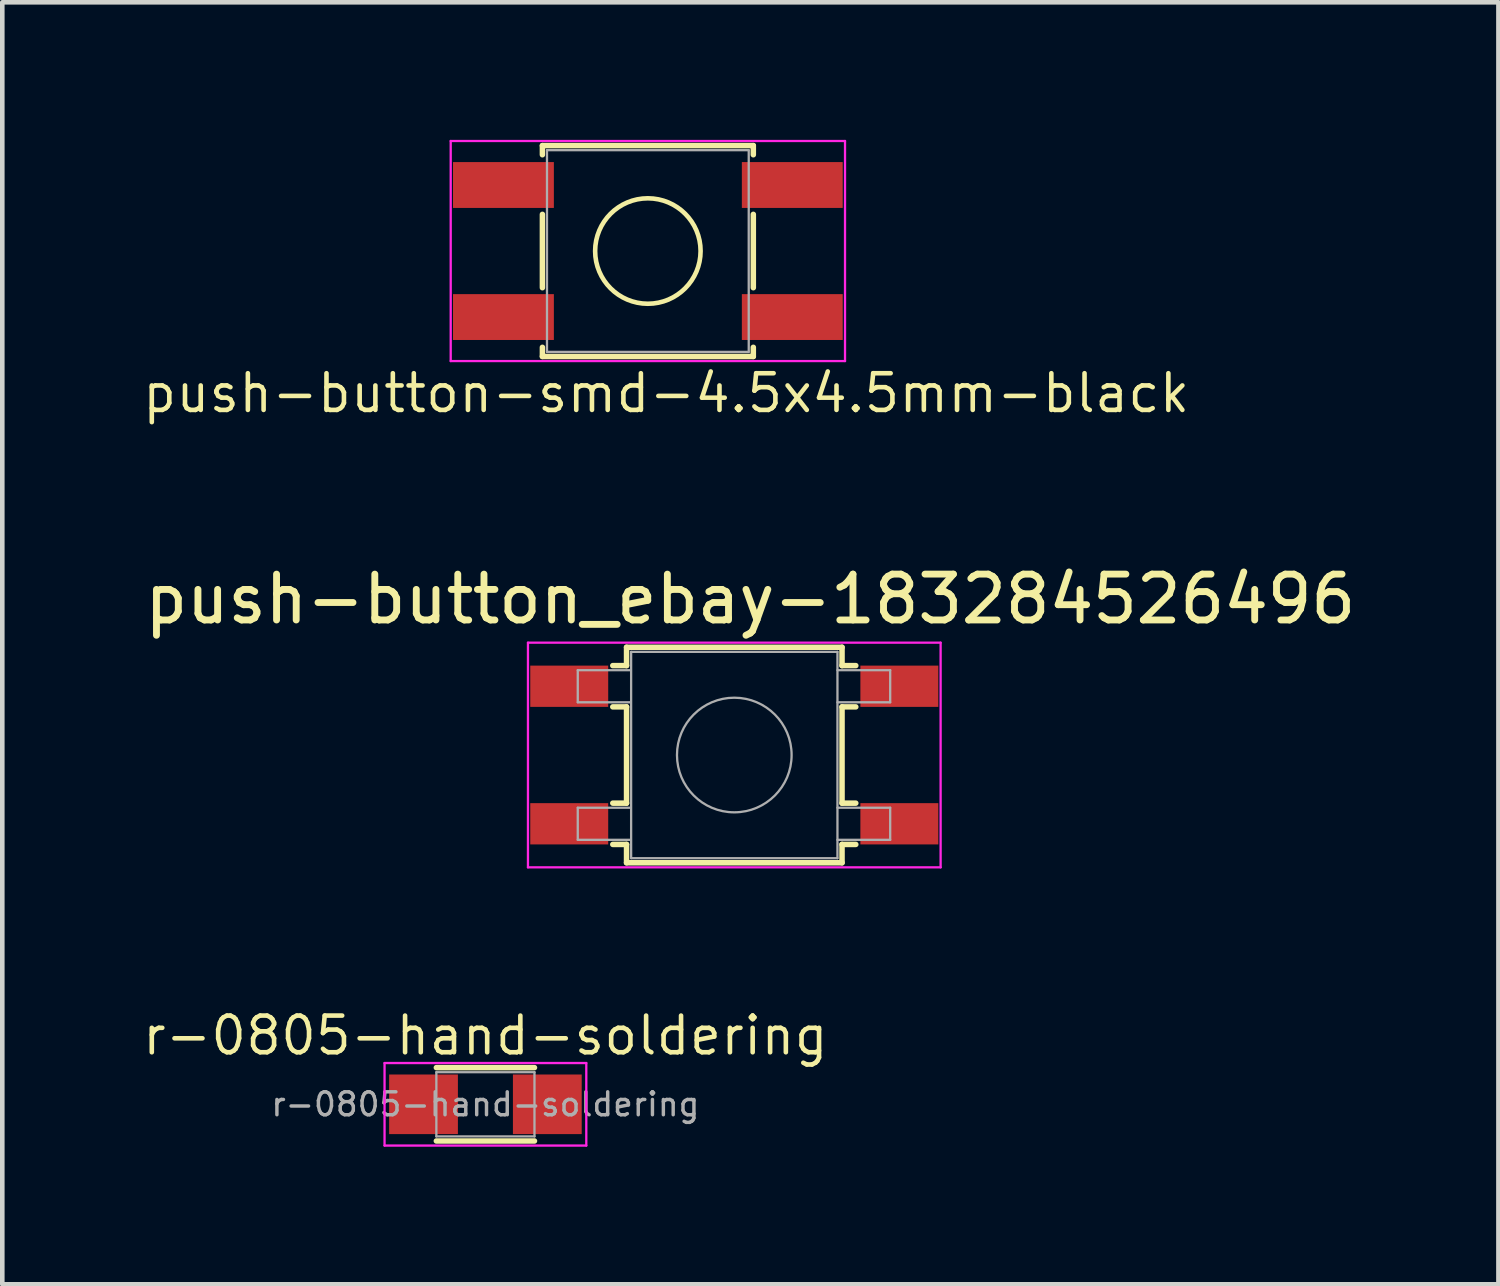
<source format=kicad_pcb>
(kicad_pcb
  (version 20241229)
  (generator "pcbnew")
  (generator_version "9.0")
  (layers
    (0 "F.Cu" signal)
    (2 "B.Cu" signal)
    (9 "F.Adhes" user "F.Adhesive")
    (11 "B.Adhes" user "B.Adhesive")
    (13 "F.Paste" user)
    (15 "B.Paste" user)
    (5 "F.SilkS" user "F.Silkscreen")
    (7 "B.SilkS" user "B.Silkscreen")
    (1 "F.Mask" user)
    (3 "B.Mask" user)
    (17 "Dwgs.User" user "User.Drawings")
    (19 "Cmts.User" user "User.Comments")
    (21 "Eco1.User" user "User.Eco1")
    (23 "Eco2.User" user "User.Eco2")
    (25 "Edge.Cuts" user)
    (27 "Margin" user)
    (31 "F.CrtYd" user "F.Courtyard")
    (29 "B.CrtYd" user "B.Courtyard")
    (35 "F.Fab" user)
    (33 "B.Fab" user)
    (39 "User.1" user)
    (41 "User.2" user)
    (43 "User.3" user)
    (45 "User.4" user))
  (footprint "push-button_ebay-183284526496"
    (layer "F.Cu")
    (at 12.965 13.417)
    (property "Reference" "push-button_ebay-183284526496" (at 0.35 -3.4 0) (layer "F.SilkS") (effects (font (size 1 1) (thickness 0.15))))
    (attr smd)
    (fp_line (start -2.65 -1.95) (end -2.35 -1.95) (stroke (width 0.12) (type solid)) (layer "F.SilkS"))
    (fp_line (start -2.65 -1.05) (end -2.35 -1.05) (stroke (width 0.12) (type solid)) (layer "F.SilkS"))
    (fp_line (start -2.65 1.05) (end -2.35 1.05) (stroke (width 0.12) (type solid)) (layer "F.SilkS"))
    (fp_line (start -2.65 1.95) (end -2.35 1.95) (stroke (width 0.12) (type solid)) (layer "F.SilkS"))
    (fp_line (start -2.35 -2.35) (end -2.35 -1.95) (stroke (width 0.12) (type solid)) (layer "F.SilkS"))
    (fp_line (start -2.35 -2.35) (end 2.35 -2.35) (stroke (width 0.12) (type solid)) (layer "F.SilkS"))
    (fp_line (start -2.35 -1.05) (end -2.35 1.05) (stroke (width 0.12) (type solid)) (layer "F.SilkS"))
    (fp_line (start -2.35 1.95) (end -2.35 2.35) (stroke (width 0.12) (type solid)) (layer "F.SilkS"))
    (fp_line (start -2.35 2.35) (end 2.35 2.35) (stroke (width 0.12) (type solid)) (layer "F.SilkS"))
    (fp_line (start 2.35 -2.35) (end 2.35 -1.95) (stroke (width 0.12) (type solid)) (layer "F.SilkS"))
    (fp_line (start 2.35 -1.95) (end 2.65 -1.95) (stroke (width 0.12) (type solid)) (layer "F.SilkS"))
    (fp_line (start 2.35 -1.05) (end 2.35 1.05) (stroke (width 0.12) (type solid)) (layer "F.SilkS"))
    (fp_line (start 2.35 -1.05) (end 2.65 -1.05) (stroke (width 0.12) (type solid)) (layer "F.SilkS"))
    (fp_line (start 2.35 1.05) (end 2.65 1.05) (stroke (width 0.12) (type solid)) (layer "F.SilkS"))
    (fp_line (start 2.35 1.95) (end 2.35 2.35) (stroke (width 0.12) (type solid)) (layer "F.SilkS"))
    (fp_line (start 2.35 1.95) (end 2.65 1.95) (stroke (width 0.12) (type solid)) (layer "F.SilkS"))
    (fp_line (start -4.5 -2.45) (end -4.5 2.45) (stroke (width 0.05) (type solid)) (layer "F.CrtYd"))
    (fp_line (start -4.5 -2.45) (end 4.5 -2.45) (stroke (width 0.05) (type solid)) (layer "F.CrtYd"))
    (fp_line (start -4.5 2.45) (end 4.5 2.45) (stroke (width 0.05) (type solid)) (layer "F.CrtYd"))
    (fp_line (start 4.5 -2.45) (end 4.5 2.45) (stroke (width 0.05) (type solid)) (layer "F.CrtYd"))
    (fp_line (start -3.414 -1.85) (end -3.414 -1.15) (stroke (width 0.05) (type solid)) (layer "F.Fab"))
    (fp_line (start -3.414 -1.15) (end -2.264 -1.15) (stroke (width 0.05) (type solid)) (layer "F.Fab"))
    (fp_line (start -3.414 1.15) (end -3.414 1.85) (stroke (width 0.05) (type solid)) (layer "F.Fab"))
    (fp_line (start -3.414 1.85) (end -2.264 1.85) (stroke (width 0.05) (type solid)) (layer "F.Fab"))
    (fp_line (start -2.264 -1.85) (end -3.414 -1.85) (stroke (width 0.05) (type solid)) (layer "F.Fab"))
    (fp_line (start -2.264 1.15) (end -3.414 1.15) (stroke (width 0.05) (type solid)) (layer "F.Fab"))
    (fp_line (start -2.25 -2.25) (end -2.25 2.25) (stroke (width 0.05) (type solid)) (layer "F.Fab"))
    (fp_line (start -2.25 2.25) (end 2.25 2.25) (stroke (width 0.05) (type solid)) (layer "F.Fab"))
    (fp_line (start 2.25 -2.25) (end -2.25 -2.25) (stroke (width 0.05) (type solid)) (layer "F.Fab"))
    (fp_line (start 2.25 -1.85) (end 3.4 -1.85) (stroke (width 0.05) (type solid)) (layer "F.Fab"))
    (fp_line (start 2.25 1.15) (end 3.4 1.15) (stroke (width 0.05) (type solid)) (layer "F.Fab"))
    (fp_line (start 2.25 2.25) (end 2.25 -2.25) (stroke (width 0.05) (type solid)) (layer "F.Fab"))
    (fp_line (start 3.4 -1.85) (end 3.4 -1.15) (stroke (width 0.05) (type solid)) (layer "F.Fab"))
    (fp_line (start 3.4 -1.15) (end 2.25 -1.15) (stroke (width 0.05) (type solid)) (layer "F.Fab"))
    (fp_line (start 3.4 1.15) (end 3.4 1.85) (stroke (width 0.05) (type solid)) (layer "F.Fab"))
    (fp_line (start 3.4 1.85) (end 2.25 1.85) (stroke (width 0.05) (type solid)) (layer "F.Fab"))
    (fp_circle (center 0 0) (end 1.25 0) (stroke (width 0.05) (type solid)) (fill no) (layer "F.Fab"))
    (pad "1" smd rect (at -3.6 -1.5) (size 1.7 0.9) (layers "F.Cu" "F.Mask" "F.Paste"))
    (pad "1" smd rect (at 3.6 -1.5) (size 1.7 0.9) (layers "F.Cu" "F.Mask" "F.Paste"))
    (pad "2" smd rect (at -3.6 1.5) (size 1.7 0.9) (layers "F.Cu" "F.Mask" "F.Paste"))
    (pad "2" smd rect (at 3.6 1.5) (size 1.7 0.9) (layers "F.Cu" "F.Mask" "F.Paste")))
  (footprint "r-0805-hand-soldering"
    (layer "F.Cu")
    (at 7.537 21.035)
    (property "Reference" "r-0805-hand-soldering" (at 0 -1.5 0) (layer "F.SilkS") (effects (font (size 0.8 0.8) (thickness 0.1))))
    (attr smd)
    (fp_line (start -1.07 -0.8) (end 1.07 -0.8) (stroke (width 0.12) (type solid)) (layer "F.SilkS"))
    (fp_line (start -1.07 0.8) (end 1.07 0.8) (stroke (width 0.12) (type solid)) (layer "F.SilkS"))
    (fp_line (start -2.2 -0.9) (end -2.2 0.9) (stroke (width 0.05) (type solid)) (layer "F.CrtYd"))
    (fp_line (start -2.2 -0.9) (end 2.2 -0.9) (stroke (width 0.05) (type solid)) (layer "F.CrtYd"))
    (fp_line (start 2.2 0.9) (end -2.2 0.9) (stroke (width 0.05) (type solid)) (layer "F.CrtYd"))
    (fp_line (start 2.2 0.9) (end 2.2 -0.9) (stroke (width 0.05) (type solid)) (layer "F.CrtYd"))
    (fp_line (start -1.07 -0.7) (end 1.07 -0.7) (stroke (width 0.05) (type solid)) (layer "F.Fab"))
    (fp_line (start -1.07 0.7) (end -1.07 -0.7) (stroke (width 0.05) (type solid)) (layer "F.Fab"))
    (fp_line (start 1.07 -0.7) (end 1.07 0.7) (stroke (width 0.05) (type solid)) (layer "F.Fab"))
    (fp_line (start 1.07 0.7) (end -1.07 0.7) (stroke (width 0.05) (type solid)) (layer "F.Fab"))
    (fp_text user "${REFERENCE}" (at 0 0 0) (layer "F.Fab") (effects (font (size 0.5 0.5) (thickness 0.075))))
    (pad "1" smd rect (at -1.35 0) (size 1.5 1.3) (layers "F.Cu" "F.Mask" "F.Paste"))
    (pad "2" smd rect (at 1.35 0) (size 1.5 1.3) (layers "F.Cu" "F.Mask" "F.Paste")))
  (footprint "push-button-smd-4.5x4.5mm-black"
    (layer "F.Cu")
    (at 11.08 2.425)
    (property "Reference" "push-button-smd-4.5x4.5mm-black" (at 0.4 3.1 0) (layer "F.SilkS") (effects (font (size 0.8 0.8) (thickness 0.1))))
    (attr through_hole)
    (fp_line (start -2.3 -2.3) (end 2.3 -2.3) (stroke (width 0.12) (type solid)) (layer "F.SilkS"))
    (fp_line (start -2.3 -2.1) (end -2.3 -2.3) (stroke (width 0.12) (type solid)) (layer "F.SilkS"))
    (fp_line (start -2.3 0.8) (end -2.3 -0.8) (stroke (width 0.12) (type solid)) (layer "F.SilkS"))
    (fp_line (start -2.3 2.3) (end -2.3 2.1) (stroke (width 0.12) (type solid)) (layer "F.SilkS"))
    (fp_line (start 2.3 -2.3) (end 2.3 -2.1) (stroke (width 0.12) (type solid)) (layer "F.SilkS"))
    (fp_line (start 2.3 0.8) (end 2.3 -0.8) (stroke (width 0.12) (type solid)) (layer "F.SilkS"))
    (fp_line (start 2.3 2.3) (end -2.3 2.3) (stroke (width 0.12) (type solid)) (layer "F.SilkS"))
    (fp_line (start 2.3 2.3) (end 2.3 2.1) (stroke (width 0.12) (type solid)) (layer "F.SilkS"))
    (fp_circle (center 0 0) (end 1.15 0) (stroke (width 0.1) (type solid)) (fill no) (layer "F.SilkS"))
    (fp_line (start -4.3 -2.4) (end 4.3 -2.4) (stroke (width 0.05) (type solid)) (layer "F.CrtYd"))
    (fp_line (start -4.3 2.4) (end -4.3 -2.4) (stroke (width 0.05) (type solid)) (layer "F.CrtYd"))
    (fp_line (start 4.3 -2.4) (end 4.3 2.4) (stroke (width 0.05) (type solid)) (layer "F.CrtYd"))
    (fp_line (start 4.3 2.4) (end -4.3 2.4) (stroke (width 0.05) (type solid)) (layer "F.CrtYd"))
    (fp_line (start -2.2 -2.2) (end 2.2 -2.2) (stroke (width 0.05) (type solid)) (layer "F.Fab"))
    (fp_line (start -2.2 2.2) (end -2.2 -2.2) (stroke (width 0.05) (type solid)) (layer "F.Fab"))
    (fp_line (start 2.2 -2.2) (end 2.2 2.2) (stroke (width 0.05) (type solid)) (layer "F.Fab"))
    (fp_line (start 2.2 2.2) (end -2.2 2.2) (stroke (width 0.05) (type solid)) (layer "F.Fab"))
    (pad "1" smd rect (at -3.15 1.44) (size 2.2 1) (layers "F.Cu" "F.Mask" "F.Paste"))
    (pad "1" smd rect (at 3.15 1.44) (size 2.2 1) (layers "F.Cu" "F.Mask" "F.Paste"))
    (pad "2" smd rect (at -3.15 -1.44) (size 2.2 1) (layers "F.Cu" "F.Mask" "F.Paste"))
    (pad "2" smd rect (at 3.15 -1.44) (size 2.2 1) (layers "F.Cu" "F.Mask" "F.Paste")))
  (gr_rect
    (start -3 -3)
    (end 29.631 24.96)
    (stroke (width 0.1) (type default))
    (fill no)
    (layer "Edge.Cuts")))
</source>
